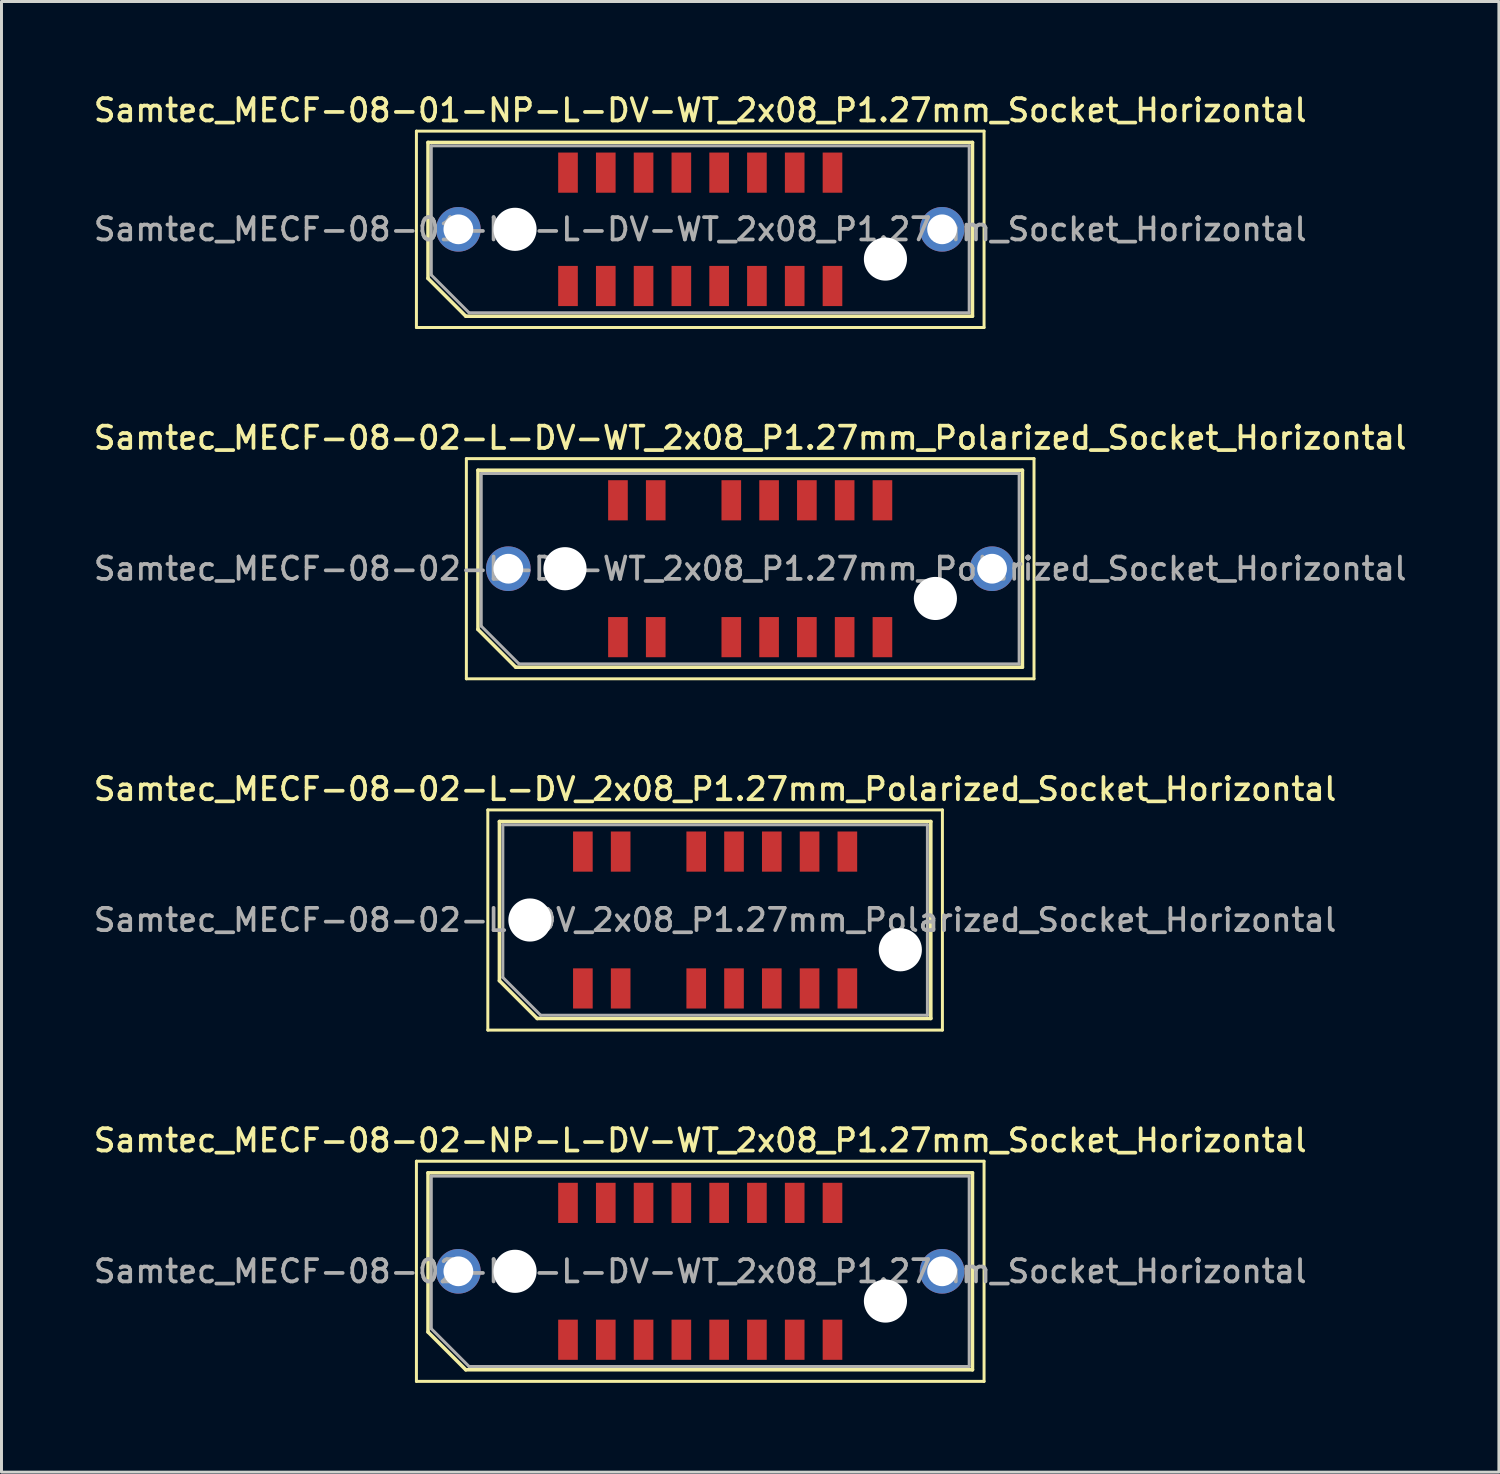
<source format=kicad_pcb>
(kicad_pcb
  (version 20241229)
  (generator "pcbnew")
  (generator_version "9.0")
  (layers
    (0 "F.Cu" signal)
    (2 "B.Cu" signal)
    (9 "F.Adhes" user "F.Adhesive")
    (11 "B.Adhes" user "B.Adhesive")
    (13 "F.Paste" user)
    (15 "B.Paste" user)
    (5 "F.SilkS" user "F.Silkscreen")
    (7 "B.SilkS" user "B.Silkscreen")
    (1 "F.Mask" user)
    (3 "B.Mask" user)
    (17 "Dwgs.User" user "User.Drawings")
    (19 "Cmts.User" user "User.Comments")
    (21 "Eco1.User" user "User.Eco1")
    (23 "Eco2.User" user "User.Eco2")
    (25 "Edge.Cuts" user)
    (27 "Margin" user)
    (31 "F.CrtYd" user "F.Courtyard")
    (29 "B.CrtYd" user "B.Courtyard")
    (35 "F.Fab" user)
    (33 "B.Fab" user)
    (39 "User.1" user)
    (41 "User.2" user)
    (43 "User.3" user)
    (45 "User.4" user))
  (footprint "Samtec_MECF-08-02-L-DV-WT_2x08_P1.27mm_Polarized_Socket_Horizontal"
    (layer "F.Cu")
    (at 22.166 16.066)
    (property "Reference" "Samtec_MECF-08-02-L-DV-WT_2x08_P1.27mm_Polarized_Socket_Horizontal" (at 0 -4.4 0) (layer "F.SilkS") (effects (font (size 0.75 0.75) (thickness 0.125))))
    (attr smd)
    (fp_line (start -9.54 -3.7) (end -9.54 3.7) (stroke (width 0.1) (type solid)) (layer "F.SilkS"))
    (fp_line (start -9.54 3.7) (end 9.54 3.7) (stroke (width 0.1) (type solid)) (layer "F.SilkS"))
    (fp_line (start -9.15 -3.31) (end 9.15 -3.31) (stroke (width 0.12) (type solid)) (layer "F.SilkS"))
    (fp_line (start -9.15 2.04) (end -9.15 -3.31) (stroke (width 0.12) (type solid)) (layer "F.SilkS"))
    (fp_line (start -7.88 3.31) (end -9.15 2.04) (stroke (width 0.12) (type solid)) (layer "F.SilkS"))
    (fp_line (start -7.88 3.31) (end 9.15 3.31) (stroke (width 0.12) (type solid)) (layer "F.SilkS"))
    (fp_line (start 9.15 3.31) (end 9.15 -3.31) (stroke (width 0.12) (type solid)) (layer "F.SilkS"))
    (fp_line (start 9.54 -3.7) (end -9.54 -3.7) (stroke (width 0.1) (type solid)) (layer "F.SilkS"))
    (fp_line (start 9.54 3.7) (end 9.54 -3.7) (stroke (width 0.1) (type solid)) (layer "F.SilkS"))
    (fp_line (start -9.04 -3.2) (end 9.04 -3.2) (stroke (width 0.1) (type solid)) (layer "F.Fab"))
    (fp_line (start -9.04 1.93) (end -9.04 -3.2) (stroke (width 0.1) (type solid)) (layer "F.Fab"))
    (fp_line (start -9.04 1.93) (end -7.77 3.2) (stroke (width 0.1) (type solid)) (layer "F.Fab"))
    (fp_line (start -7.77 3.2) (end 9.04 3.2) (stroke (width 0.1) (type solid)) (layer "F.Fab"))
    (fp_line (start 9.04 3.2) (end 9.04 -3.2) (stroke (width 0.1) (type solid)) (layer "F.Fab"))
    (fp_text user "${REFERENCE}" (at 0 0 0) (layer "F.Fab") (effects (font (size 0.75 0.75) (thickness 0.125))))
    (pad "" thru_hole circle (at -8.13 0) (size 1.5 1.5) (drill 1) (layers "*.Cu" "*.Mask"))
    (pad "" np_thru_hole circle (at -6.225 0) (size 1.45 1.45) (drill 1.45) (layers "*.Cu" "*.Mask"))
    (pad "" np_thru_hole circle (at 6.225 1) (size 1.45 1.45) (drill 1.45) (layers "*.Cu" "*.Mask"))
    (pad "" thru_hole circle (at 8.13 0) (size 1.5 1.5) (drill 1) (layers "*.Cu" "*.Mask"))
    (pad "1" smd rect (at -4.445 2.3) (size 0.66 1.35) (layers "F.Cu" "F.Mask" "F.Paste"))
    (pad "2" smd rect (at -4.445 -2.3) (size 0.66 1.35) (layers "F.Cu" "F.Mask" "F.Paste"))
    (pad "3" smd rect (at -3.175 2.3) (size 0.66 1.35) (layers "F.Cu" "F.Mask" "F.Paste"))
    (pad "4" smd rect (at -3.175 -2.3) (size 0.66 1.35) (layers "F.Cu" "F.Mask" "F.Paste"))
    (pad "7" smd rect (at -0.635 2.3) (size 0.66 1.35) (layers "F.Cu" "F.Mask" "F.Paste"))
    (pad "8" smd rect (at -0.635 -2.3) (size 0.66 1.35) (layers "F.Cu" "F.Mask" "F.Paste"))
    (pad "9" smd rect (at 0.635 2.3) (size 0.66 1.35) (layers "F.Cu" "F.Mask" "F.Paste"))
    (pad "10" smd rect (at 0.635 -2.3) (size 0.66 1.35) (layers "F.Cu" "F.Mask" "F.Paste"))
    (pad "11" smd rect (at 1.905 2.3) (size 0.66 1.35) (layers "F.Cu" "F.Mask" "F.Paste"))
    (pad "12" smd rect (at 1.905 -2.3) (size 0.66 1.35) (layers "F.Cu" "F.Mask" "F.Paste"))
    (pad "13" smd rect (at 3.175 2.3) (size 0.66 1.35) (layers "F.Cu" "F.Mask" "F.Paste"))
    (pad "14" smd rect (at 3.175 -2.3) (size 0.66 1.35) (layers "F.Cu" "F.Mask" "F.Paste"))
    (pad "15" smd rect (at 4.445 2.3) (size 0.66 1.35) (layers "F.Cu" "F.Mask" "F.Paste"))
    (pad "16" smd rect (at 4.445 -2.3) (size 0.66 1.35) (layers "F.Cu" "F.Mask" "F.Paste")))
  (footprint "Samtec_MECF-08-02-L-DV_2x08_P1.27mm_Polarized_Socket_Horizontal"
    (layer "F.Cu")
    (at 20.987 27.874)
    (property "Reference" "Samtec_MECF-08-02-L-DV_2x08_P1.27mm_Polarized_Socket_Horizontal" (at 0 -4.4 0) (layer "F.SilkS") (effects (font (size 0.75 0.75) (thickness 0.125))))
    (attr smd)
    (fp_line (start -7.64 -3.7) (end -7.64 3.7) (stroke (width 0.1) (type solid)) (layer "F.SilkS"))
    (fp_line (start -7.64 3.7) (end 7.64 3.7) (stroke (width 0.1) (type solid)) (layer "F.SilkS"))
    (fp_line (start -7.25 -3.31) (end 7.25 -3.31) (stroke (width 0.12) (type solid)) (layer "F.SilkS"))
    (fp_line (start -7.25 2.04) (end -7.25 -3.31) (stroke (width 0.12) (type solid)) (layer "F.SilkS"))
    (fp_line (start -5.98 3.31) (end -7.25 2.04) (stroke (width 0.12) (type solid)) (layer "F.SilkS"))
    (fp_line (start -5.98 3.31) (end 7.25 3.31) (stroke (width 0.12) (type solid)) (layer "F.SilkS"))
    (fp_line (start 7.25 3.31) (end 7.25 -3.31) (stroke (width 0.12) (type solid)) (layer "F.SilkS"))
    (fp_line (start 7.64 -3.7) (end -7.64 -3.7) (stroke (width 0.1) (type solid)) (layer "F.SilkS"))
    (fp_line (start 7.64 3.7) (end 7.64 -3.7) (stroke (width 0.1) (type solid)) (layer "F.SilkS"))
    (fp_line (start -7.135 -3.2) (end 7.135 -3.2) (stroke (width 0.1) (type solid)) (layer "F.Fab"))
    (fp_line (start -7.135 1.93) (end -7.135 -3.2) (stroke (width 0.1) (type solid)) (layer "F.Fab"))
    (fp_line (start -7.135 1.93) (end -5.865 3.2) (stroke (width 0.1) (type solid)) (layer "F.Fab"))
    (fp_line (start -5.865 3.2) (end 7.135 3.2) (stroke (width 0.1) (type solid)) (layer "F.Fab"))
    (fp_line (start 7.135 3.2) (end 7.135 -3.2) (stroke (width 0.1) (type solid)) (layer "F.Fab"))
    (fp_text user "${REFERENCE}" (at 0 0 0) (layer "F.Fab") (effects (font (size 0.75 0.75) (thickness 0.125))))
    (pad "" np_thru_hole circle (at -6.225 0) (size 1.45 1.45) (drill 1.45) (layers "*.Cu" "*.Mask"))
    (pad "" np_thru_hole circle (at 6.225 1) (size 1.45 1.45) (drill 1.45) (layers "*.Cu" "*.Mask"))
    (pad "1" smd rect (at -4.445 2.3) (size 0.66 1.35) (layers "F.Cu" "F.Mask" "F.Paste"))
    (pad "2" smd rect (at -4.445 -2.3) (size 0.66 1.35) (layers "F.Cu" "F.Mask" "F.Paste"))
    (pad "3" smd rect (at -3.175 2.3) (size 0.66 1.35) (layers "F.Cu" "F.Mask" "F.Paste"))
    (pad "4" smd rect (at -3.175 -2.3) (size 0.66 1.35) (layers "F.Cu" "F.Mask" "F.Paste"))
    (pad "7" smd rect (at -0.635 2.3) (size 0.66 1.35) (layers "F.Cu" "F.Mask" "F.Paste"))
    (pad "8" smd rect (at -0.635 -2.3) (size 0.66 1.35) (layers "F.Cu" "F.Mask" "F.Paste"))
    (pad "9" smd rect (at 0.635 2.3) (size 0.66 1.35) (layers "F.Cu" "F.Mask" "F.Paste"))
    (pad "10" smd rect (at 0.635 -2.3) (size 0.66 1.35) (layers "F.Cu" "F.Mask" "F.Paste"))
    (pad "11" smd rect (at 1.905 2.3) (size 0.66 1.35) (layers "F.Cu" "F.Mask" "F.Paste"))
    (pad "12" smd rect (at 1.905 -2.3) (size 0.66 1.35) (layers "F.Cu" "F.Mask" "F.Paste"))
    (pad "13" smd rect (at 3.175 2.3) (size 0.66 1.35) (layers "F.Cu" "F.Mask" "F.Paste"))
    (pad "14" smd rect (at 3.175 -2.3) (size 0.66 1.35) (layers "F.Cu" "F.Mask" "F.Paste"))
    (pad "15" smd rect (at 4.445 2.3) (size 0.66 1.35) (layers "F.Cu" "F.Mask" "F.Paste"))
    (pad "16" smd rect (at 4.445 -2.3) (size 0.66 1.35) (layers "F.Cu" "F.Mask" "F.Paste")))
  (footprint "Samtec_MECF-08-01-NP-L-DV-WT_2x08_P1.27mm_Socket_Horizontal"
    (layer "F.Cu")
    (at 20.487 4.658)
    (property "Reference" "Samtec_MECF-08-01-NP-L-DV-WT_2x08_P1.27mm_Socket_Horizontal" (at 0 -4 0) (layer "F.SilkS") (effects (font (size 0.75 0.75) (thickness 0.125))))
    (attr smd)
    (fp_line (start -9.54 -3.3) (end -9.54 3.3) (stroke (width 0.1) (type solid)) (layer "F.SilkS"))
    (fp_line (start -9.54 3.3) (end 9.54 3.3) (stroke (width 0.1) (type solid)) (layer "F.SilkS"))
    (fp_line (start -9.15 -2.92) (end 9.15 -2.92) (stroke (width 0.12) (type solid)) (layer "F.SilkS"))
    (fp_line (start -9.15 1.65) (end -9.15 -2.92) (stroke (width 0.12) (type solid)) (layer "F.SilkS"))
    (fp_line (start -7.88 2.92) (end -9.15 1.65) (stroke (width 0.12) (type solid)) (layer "F.SilkS"))
    (fp_line (start -7.88 2.92) (end 9.15 2.92) (stroke (width 0.12) (type solid)) (layer "F.SilkS"))
    (fp_line (start 9.15 2.92) (end 9.15 -2.92) (stroke (width 0.12) (type solid)) (layer "F.SilkS"))
    (fp_line (start 9.54 -3.3) (end -9.54 -3.3) (stroke (width 0.1) (type solid)) (layer "F.SilkS"))
    (fp_line (start 9.54 3.3) (end 9.54 -3.3) (stroke (width 0.1) (type solid)) (layer "F.SilkS"))
    (fp_line (start -9.04 -2.805) (end 9.04 -2.805) (stroke (width 0.1) (type solid)) (layer "F.Fab"))
    (fp_line (start -9.04 1.535) (end -9.04 -2.805) (stroke (width 0.1) (type solid)) (layer "F.Fab"))
    (fp_line (start -9.04 1.535) (end -7.77 2.805) (stroke (width 0.1) (type solid)) (layer "F.Fab"))
    (fp_line (start -7.77 2.805) (end 9.04 2.805) (stroke (width 0.1) (type solid)) (layer "F.Fab"))
    (fp_line (start 9.04 2.805) (end 9.04 -2.805) (stroke (width 0.1) (type solid)) (layer "F.Fab"))
    (fp_text user "${REFERENCE}" (at 0 0 0) (layer "F.Fab") (effects (font (size 0.75 0.75) (thickness 0.125))))
    (pad "" thru_hole circle (at -8.13 0) (size 1.5 1.5) (drill 1) (layers "*.Cu" "*.Mask"))
    (pad "" np_thru_hole circle (at -6.225 0) (size 1.45 1.45) (drill 1.45) (layers "*.Cu" "*.Mask"))
    (pad "" np_thru_hole circle (at 6.225 1) (size 1.45 1.45) (drill 1.45) (layers "*.Cu" "*.Mask"))
    (pad "" thru_hole circle (at 8.13 0) (size 1.5 1.5) (drill 1) (layers "*.Cu" "*.Mask"))
    (pad "1" smd rect (at -4.445 1.905) (size 0.66 1.35) (layers "F.Cu" "F.Mask" "F.Paste"))
    (pad "2" smd rect (at -4.445 -1.905) (size 0.66 1.35) (layers "F.Cu" "F.Mask" "F.Paste"))
    (pad "3" smd rect (at -3.175 1.905) (size 0.66 1.35) (layers "F.Cu" "F.Mask" "F.Paste"))
    (pad "4" smd rect (at -3.175 -1.905) (size 0.66 1.35) (layers "F.Cu" "F.Mask" "F.Paste"))
    (pad "5" smd rect (at -1.905 1.905) (size 0.66 1.35) (layers "F.Cu" "F.Mask" "F.Paste"))
    (pad "6" smd rect (at -1.905 -1.905) (size 0.66 1.35) (layers "F.Cu" "F.Mask" "F.Paste"))
    (pad "7" smd rect (at -0.635 1.905) (size 0.66 1.35) (layers "F.Cu" "F.Mask" "F.Paste"))
    (pad "8" smd rect (at -0.635 -1.905) (size 0.66 1.35) (layers "F.Cu" "F.Mask" "F.Paste"))
    (pad "9" smd rect (at 0.635 1.905) (size 0.66 1.35) (layers "F.Cu" "F.Mask" "F.Paste"))
    (pad "10" smd rect (at 0.635 -1.905) (size 0.66 1.35) (layers "F.Cu" "F.Mask" "F.Paste"))
    (pad "11" smd rect (at 1.905 1.905) (size 0.66 1.35) (layers "F.Cu" "F.Mask" "F.Paste"))
    (pad "12" smd rect (at 1.905 -1.905) (size 0.66 1.35) (layers "F.Cu" "F.Mask" "F.Paste"))
    (pad "13" smd rect (at 3.175 1.905) (size 0.66 1.35) (layers "F.Cu" "F.Mask" "F.Paste"))
    (pad "14" smd rect (at 3.175 -1.905) (size 0.66 1.35) (layers "F.Cu" "F.Mask" "F.Paste"))
    (pad "15" smd rect (at 4.445 1.905) (size 0.66 1.35) (layers "F.Cu" "F.Mask" "F.Paste"))
    (pad "16" smd rect (at 4.445 -1.905) (size 0.66 1.35) (layers "F.Cu" "F.Mask" "F.Paste")))
  (footprint "Samtec_MECF-08-02-NP-L-DV-WT_2x08_P1.27mm_Socket_Horizontal"
    (layer "F.Cu")
    (at 20.487 39.682)
    (property "Reference" "Samtec_MECF-08-02-NP-L-DV-WT_2x08_P1.27mm_Socket_Horizontal" (at 0 -4.4 0) (layer "F.SilkS") (effects (font (size 0.75 0.75) (thickness 0.125))))
    (attr smd)
    (fp_line (start -9.54 -3.7) (end -9.54 3.7) (stroke (width 0.1) (type solid)) (layer "F.SilkS"))
    (fp_line (start -9.54 3.7) (end 9.54 3.7) (stroke (width 0.1) (type solid)) (layer "F.SilkS"))
    (fp_line (start -9.15 -3.31) (end 9.15 -3.31) (stroke (width 0.12) (type solid)) (layer "F.SilkS"))
    (fp_line (start -9.15 2.04) (end -9.15 -3.31) (stroke (width 0.12) (type solid)) (layer "F.SilkS"))
    (fp_line (start -7.88 3.31) (end -9.15 2.04) (stroke (width 0.12) (type solid)) (layer "F.SilkS"))
    (fp_line (start -7.88 3.31) (end 9.15 3.31) (stroke (width 0.12) (type solid)) (layer "F.SilkS"))
    (fp_line (start 9.15 3.31) (end 9.15 -3.31) (stroke (width 0.12) (type solid)) (layer "F.SilkS"))
    (fp_line (start 9.54 -3.7) (end -9.54 -3.7) (stroke (width 0.1) (type solid)) (layer "F.SilkS"))
    (fp_line (start 9.54 3.7) (end 9.54 -3.7) (stroke (width 0.1) (type solid)) (layer "F.SilkS"))
    (fp_line (start -9.04 -3.2) (end 9.04 -3.2) (stroke (width 0.1) (type solid)) (layer "F.Fab"))
    (fp_line (start -9.04 1.93) (end -9.04 -3.2) (stroke (width 0.1) (type solid)) (layer "F.Fab"))
    (fp_line (start -9.04 1.93) (end -7.77 3.2) (stroke (width 0.1) (type solid)) (layer "F.Fab"))
    (fp_line (start -7.77 3.2) (end 9.04 3.2) (stroke (width 0.1) (type solid)) (layer "F.Fab"))
    (fp_line (start 9.04 3.2) (end 9.04 -3.2) (stroke (width 0.1) (type solid)) (layer "F.Fab"))
    (fp_text user "${REFERENCE}" (at 0 0 0) (layer "F.Fab") (effects (font (size 0.75 0.75) (thickness 0.125))))
    (pad "" thru_hole circle (at -8.13 0) (size 1.5 1.5) (drill 1) (layers "*.Cu" "*.Mask"))
    (pad "" np_thru_hole circle (at -6.225 0) (size 1.45 1.45) (drill 1.45) (layers "*.Cu" "*.Mask"))
    (pad "" np_thru_hole circle (at 6.225 1) (size 1.45 1.45) (drill 1.45) (layers "*.Cu" "*.Mask"))
    (pad "" thru_hole circle (at 8.13 0) (size 1.5 1.5) (drill 1) (layers "*.Cu" "*.Mask"))
    (pad "1" smd rect (at -4.445 2.3) (size 0.66 1.35) (layers "F.Cu" "F.Mask" "F.Paste"))
    (pad "2" smd rect (at -4.445 -2.3) (size 0.66 1.35) (layers "F.Cu" "F.Mask" "F.Paste"))
    (pad "3" smd rect (at -3.175 2.3) (size 0.66 1.35) (layers "F.Cu" "F.Mask" "F.Paste"))
    (pad "4" smd rect (at -3.175 -2.3) (size 0.66 1.35) (layers "F.Cu" "F.Mask" "F.Paste"))
    (pad "5" smd rect (at -1.905 2.3) (size 0.66 1.35) (layers "F.Cu" "F.Mask" "F.Paste"))
    (pad "6" smd rect (at -1.905 -2.3) (size 0.66 1.35) (layers "F.Cu" "F.Mask" "F.Paste"))
    (pad "7" smd rect (at -0.635 2.3) (size 0.66 1.35) (layers "F.Cu" "F.Mask" "F.Paste"))
    (pad "8" smd rect (at -0.635 -2.3) (size 0.66 1.35) (layers "F.Cu" "F.Mask" "F.Paste"))
    (pad "9" smd rect (at 0.635 2.3) (size 0.66 1.35) (layers "F.Cu" "F.Mask" "F.Paste"))
    (pad "10" smd rect (at 0.635 -2.3) (size 0.66 1.35) (layers "F.Cu" "F.Mask" "F.Paste"))
    (pad "11" smd rect (at 1.905 2.3) (size 0.66 1.35) (layers "F.Cu" "F.Mask" "F.Paste"))
    (pad "12" smd rect (at 1.905 -2.3) (size 0.66 1.35) (layers "F.Cu" "F.Mask" "F.Paste"))
    (pad "13" smd rect (at 3.175 2.3) (size 0.66 1.35) (layers "F.Cu" "F.Mask" "F.Paste"))
    (pad "14" smd rect (at 3.175 -2.3) (size 0.66 1.35) (layers "F.Cu" "F.Mask" "F.Paste"))
    (pad "15" smd rect (at 4.445 2.3) (size 0.66 1.35) (layers "F.Cu" "F.Mask" "F.Paste"))
    (pad "16" smd rect (at 4.445 -2.3) (size 0.66 1.35) (layers "F.Cu" "F.Mask" "F.Paste")))
  (gr_rect
    (start -3 -3)
    (end 47.332 46.432)
    (stroke (width 0.1) (type default))
    (fill no)
    (layer "Edge.Cuts")))
</source>
